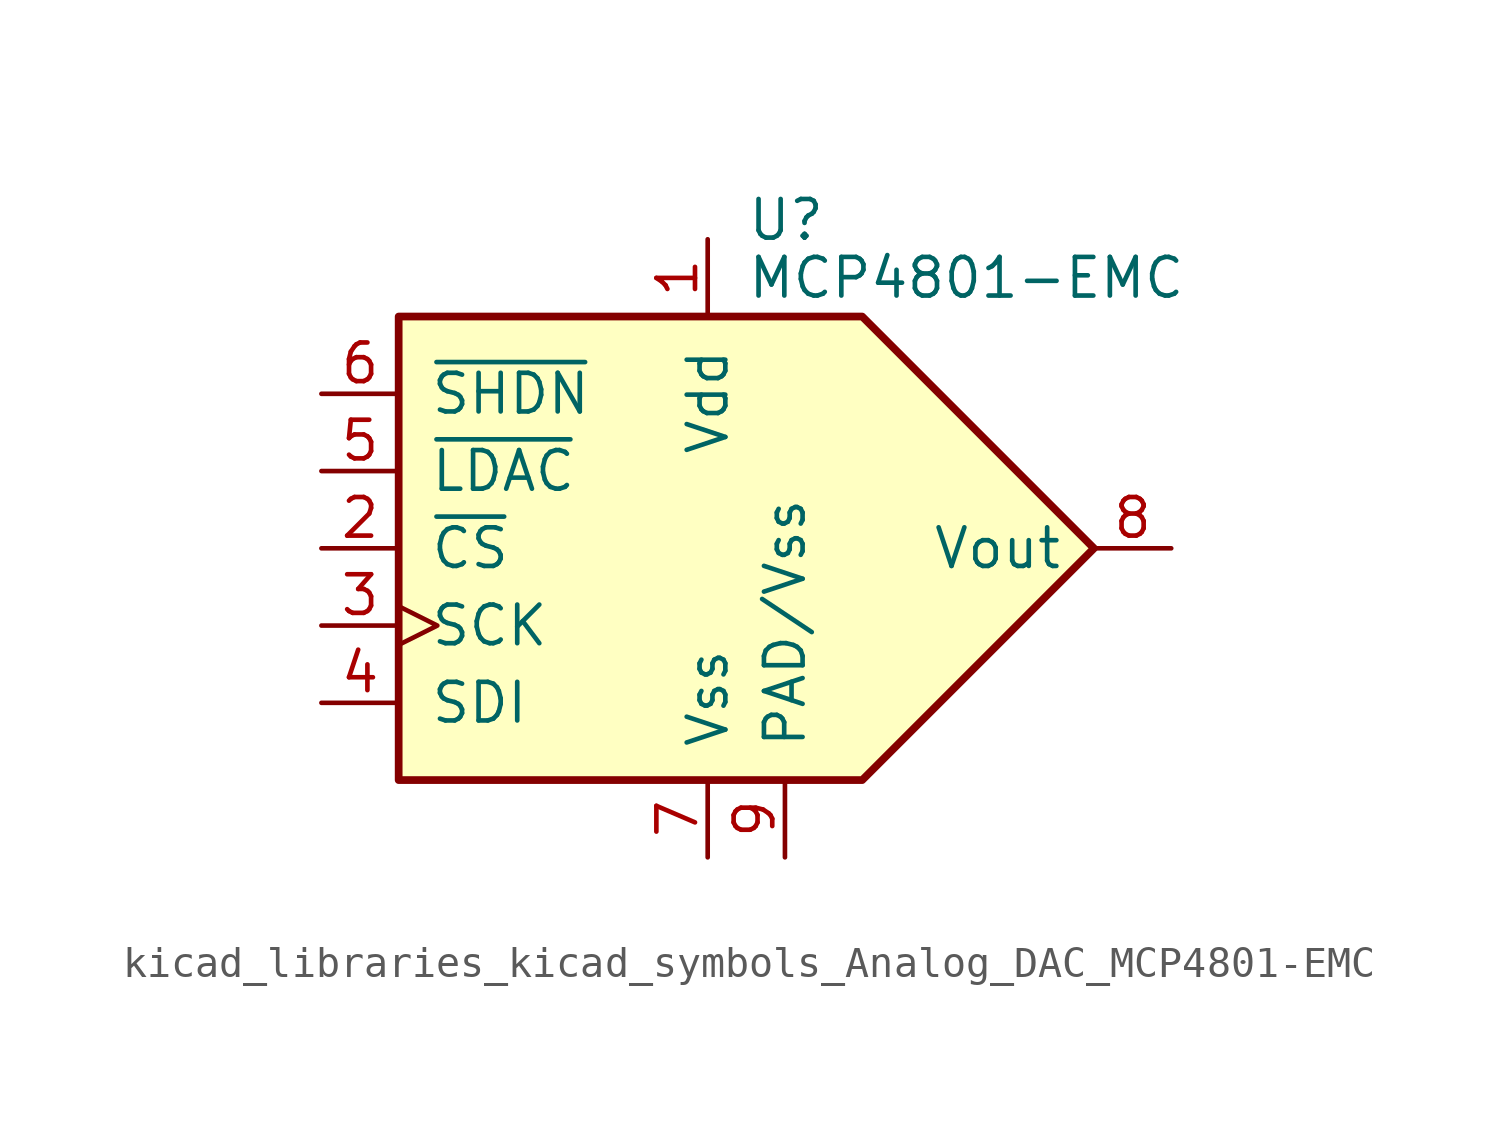
<source format=kicad_sym>
(kicad_symbol_lib
  (version 20220914)
  (generator kicad_symbol_editor)
  (symbol "kicad_libraries_kicad_symbols_Analog_DAC_MCP4801-EMC"
    (pin_names
      (offset 1.016))
    (property "Reference" "U"
      (at 1.27 10.795 0)
      (effects (font (size 1.27 1.27)) (justify left)))
    (property "Value" "MCP4801-EMC"
      (at 1.27 8.89 0)
      (effects (font (size 1.27 1.27)) (justify left)))
    (symbol "kicad_libraries_kicad_symbols_Analog_DAC_MCP4801-EMC_0_0"
      (polyline (pts (xy 12.7 0) (xy 5.08 7.62) (xy -10.16 7.62) (xy -10.16 -7.62) (xy 5.08 -7.62) (xy 12.7 0)) (stroke (width 0.254) (type default)) (fill (type background))))
    (symbol "kicad_libraries_kicad_symbols_Analog_DAC_MCP4801-EMC_1_1"
      (pin power_in line (at 0 10.16 270) (length 2.54) (name "Vdd" (effects (font (size 1.27 1.27)))) (number "1" (effects (font (size 1.27 1.27)))))
      (pin input line (at -12.7 0 0) (length 2.54) (name "~{CS}" (effects (font (size 1.27 1.27)))) (number "2" (effects (font (size 1.27 1.27)))))
      (pin input clock (at -12.7 -2.54 0) (length 2.54) (name "SCK" (effects (font (size 1.27 1.27)))) (number "3" (effects (font (size 1.27 1.27)))))
      (pin input line (at -12.7 -5.08 0) (length 2.54) (name "SDI" (effects (font (size 1.27 1.27)))) (number "4" (effects (font (size 1.27 1.27)))))
      (pin input line (at -12.7 2.54 0) (length 2.54) (name "~{LDAC}" (effects (font (size 1.27 1.27)))) (number "5" (effects (font (size 1.27 1.27)))))
      (pin input line (at -12.7 5.08 0) (length 2.54) (name "~{SHDN}" (effects (font (size 1.27 1.27)))) (number "6" (effects (font (size 1.27 1.27)))))
      (pin power_in line (at 0 -10.16 90) (length 2.54) (name "Vss" (effects (font (size 1.27 1.27)))) (number "7" (effects (font (size 1.27 1.27)))))
      (pin output line (at 15.24 0 180) (length 2.54) (name "Vout" (effects (font (size 1.27 1.27)))) (number "8" (effects (font (size 1.27 1.27)))))
      (pin power_in line (at 2.54 -10.16 90) (length 2.54) (name "PAD/Vss" (effects (font (size 1.27 1.27)))) (number "9" (effects (font (size 1.27 1.27))))))))
</source>
